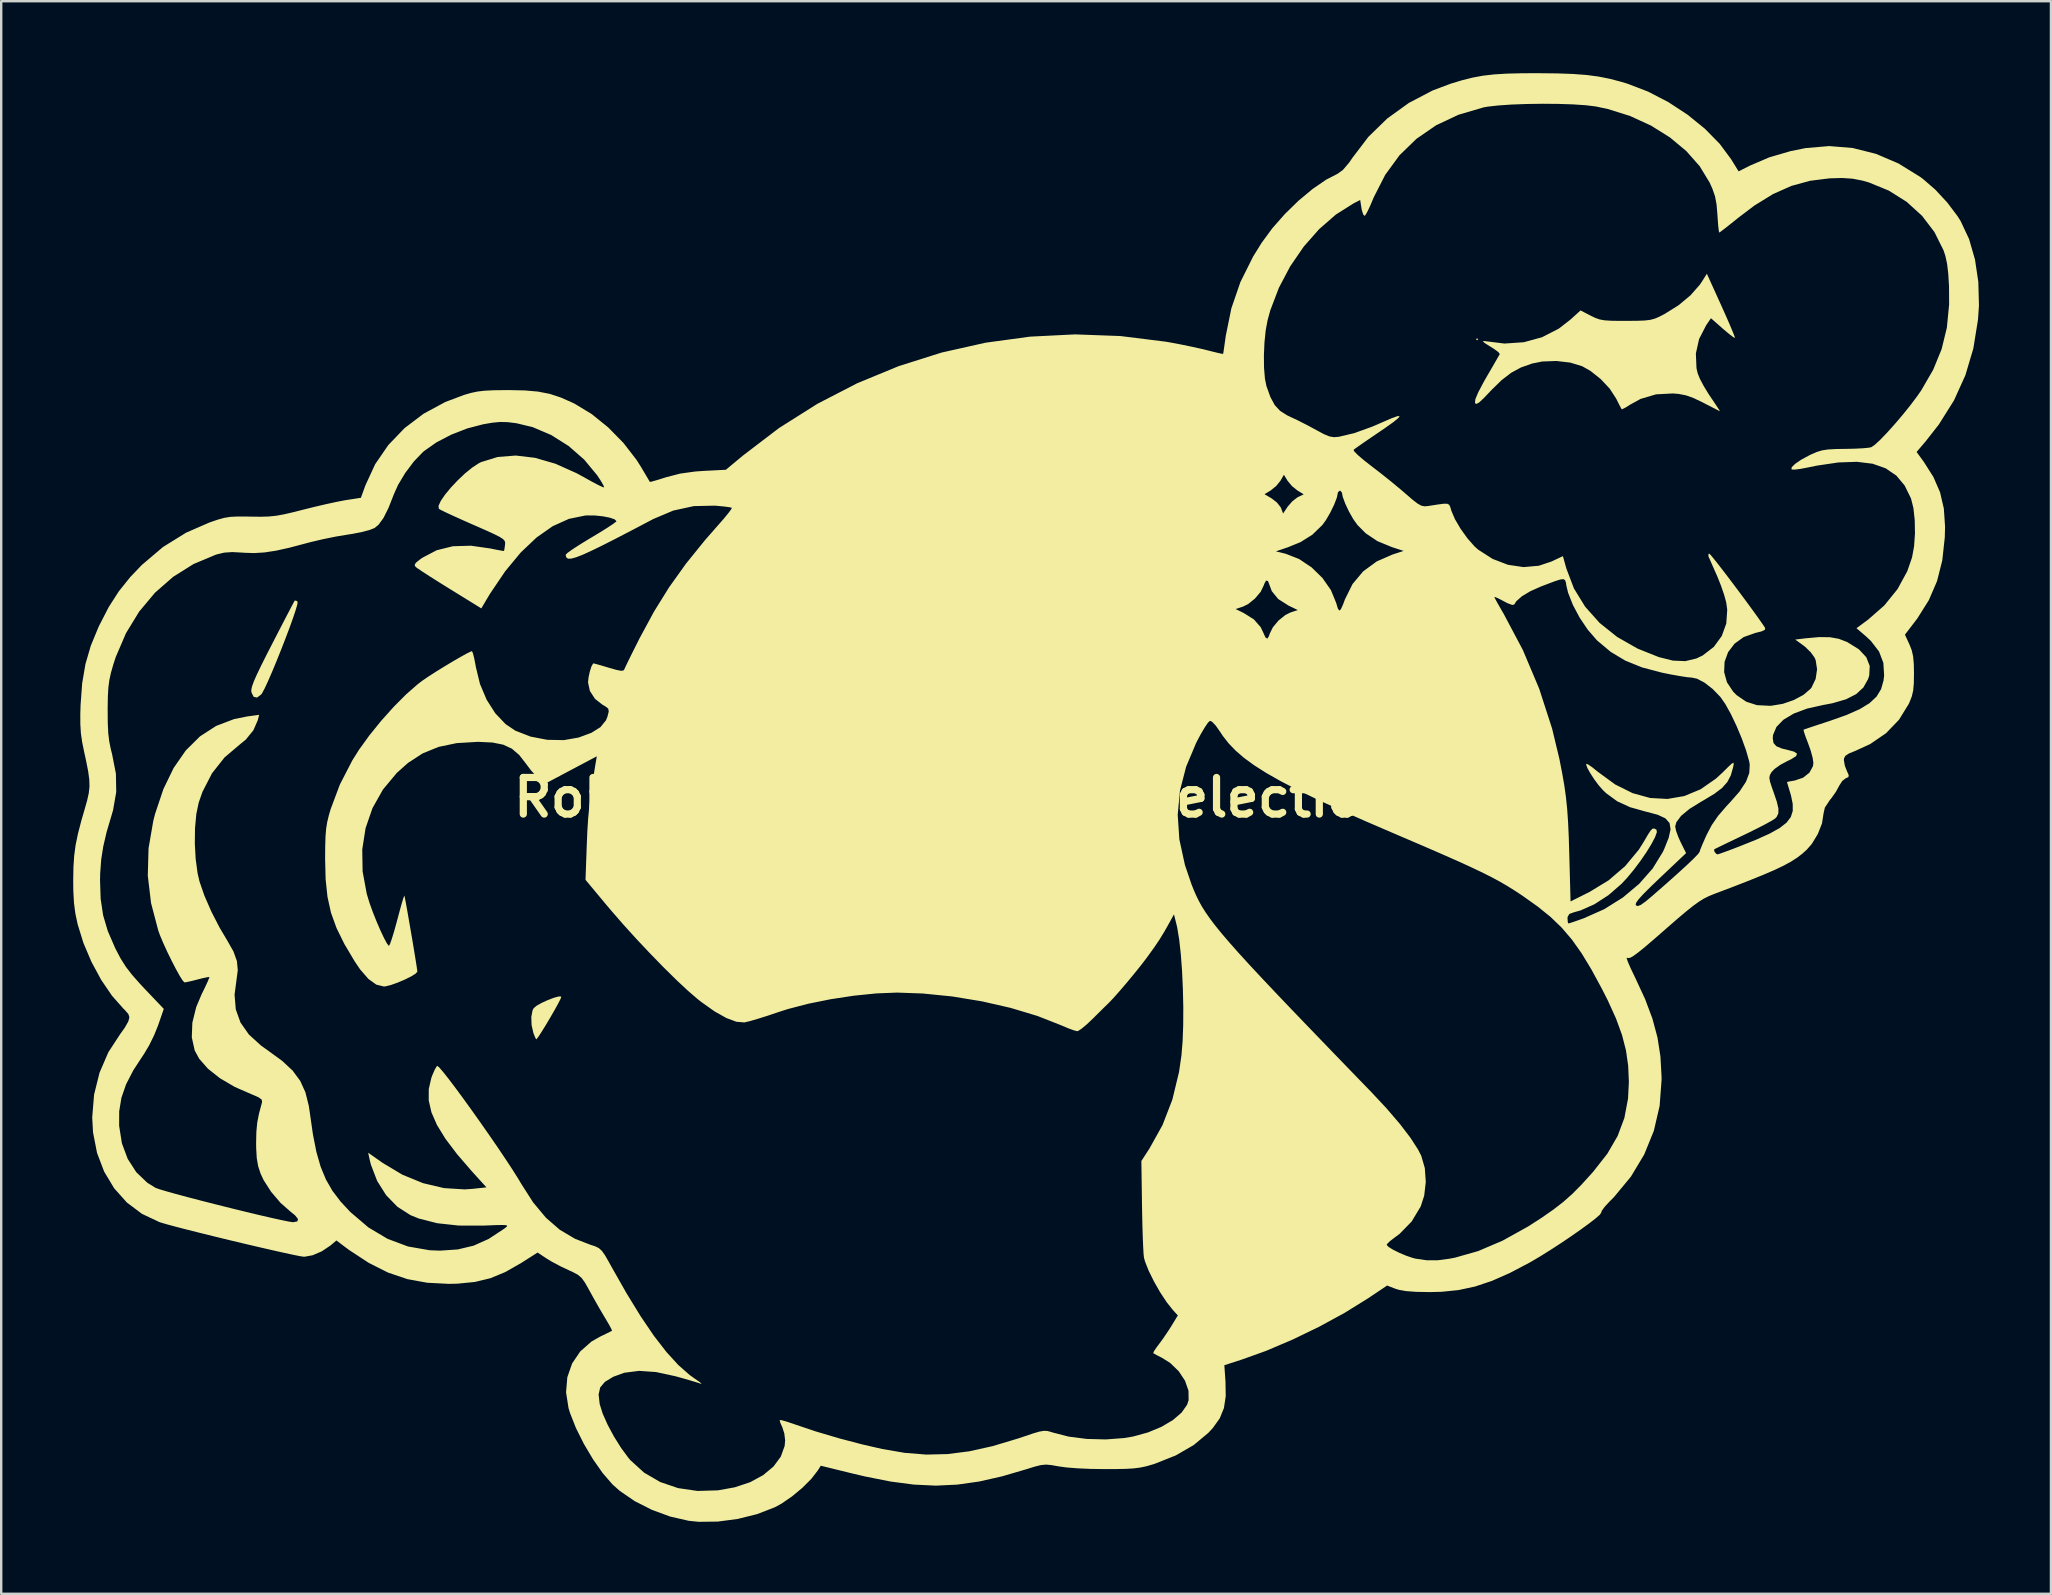
<source format=kicad_pcb>
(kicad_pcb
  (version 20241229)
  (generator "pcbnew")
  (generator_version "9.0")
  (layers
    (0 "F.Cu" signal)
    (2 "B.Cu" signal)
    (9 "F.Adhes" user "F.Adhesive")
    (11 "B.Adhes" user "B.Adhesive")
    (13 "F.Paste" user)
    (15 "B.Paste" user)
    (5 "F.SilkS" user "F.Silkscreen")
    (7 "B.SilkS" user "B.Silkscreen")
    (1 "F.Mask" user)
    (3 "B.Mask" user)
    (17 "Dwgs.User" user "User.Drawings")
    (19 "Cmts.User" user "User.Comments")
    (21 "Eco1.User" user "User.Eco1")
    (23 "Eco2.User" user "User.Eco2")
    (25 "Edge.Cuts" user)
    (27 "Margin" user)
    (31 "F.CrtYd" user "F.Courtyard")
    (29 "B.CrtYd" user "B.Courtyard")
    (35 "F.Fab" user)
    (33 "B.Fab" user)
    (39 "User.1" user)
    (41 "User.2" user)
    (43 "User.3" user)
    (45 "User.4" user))
  (footprint "Robyn Edit Silkscreen selection only"
    (layer "F.Cu")
    (at 39.654 30.178)
    (property "Reference" "Robyn Edit Silkscreen selection only" (at 0 0 0) (layer "F.SilkS") (effects (font (size 1.524 1.524) (thickness 0.3))))
    (attr board_only exclude_from_pos_files exclude_from_bom)
    (fp_poly (pts (xy 18.881 -19.092) (xy 18.838 -19.05) (xy 18.796 -19.092) (xy 18.838 -19.135)) (stroke (width 0) (type solid)) (fill yes) (layer "F.SilkS"))
    (fp_poly (pts (xy -19.323 8.294) (xy -19.318 8.302) (xy -19.35 8.393) (xy -19.451 8.591) (xy -19.601 8.862) (xy -19.778 9.169) (xy -19.962 9.479) (xy -20.133 9.755) (xy -20.269 9.964) (xy -20.351 10.069) (xy -20.362 10.075) (xy -20.404 10.005) (xy -20.473 9.832) (xy -20.481 9.809) (xy -20.556 9.478) (xy -20.567 9.143) (xy -20.515 8.869) (xy -20.468 8.778) (xy -20.344 8.675) (xy -20.133 8.556) (xy -19.879 8.44) (xy -19.629 8.345) (xy -19.428 8.29)) (stroke (width 0) (type solid)) (fill yes) (layer "F.SilkS"))
    (fp_poly (pts (xy -30.347 -8.192) (xy -30.306 -8.157) (xy -30.313 -8.059) (xy -30.377 -7.832) (xy -30.487 -7.502) (xy -30.632 -7.096) (xy -30.804 -6.641) (xy -30.99 -6.162) (xy -31.181 -5.686) (xy -31.366 -5.24) (xy -31.536 -4.85) (xy -31.679 -4.542) (xy -31.785 -4.343) (xy -31.818 -4.297) (xy -31.993 -4.164) (xy -32.135 -4.194) (xy -32.228 -4.38) (xy -32.234 -4.48) (xy -32.205 -4.623) (xy -32.132 -4.828) (xy -32.007 -5.113) (xy -31.823 -5.497) (xy -31.571 -5.999) (xy -31.37 -6.39) (xy -31.111 -6.893) (xy -30.878 -7.343) (xy -30.681 -7.721) (xy -30.533 -8.004) (xy -30.444 -8.171) (xy -30.423 -8.207)) (stroke (width 0) (type solid)) (fill yes) (layer "F.SilkS"))
    (fp_poly (pts (xy 29.012 -20.5) (xy 29.207 -20.065) (xy 29.372 -19.687) (xy 29.496 -19.391) (xy 29.569 -19.202) (xy 29.584 -19.146) (xy 29.512 -19.182) (xy 29.347 -19.307) (xy 29.122 -19.495) (xy 29.069 -19.541) (xy 28.582 -19.969) (xy 28.383 -19.676) (xy 28.089 -19.105) (xy 27.954 -18.501) (xy 27.98 -17.888) (xy 28.029 -17.675) (xy 28.119 -17.451) (xy 28.278 -17.15) (xy 28.472 -16.831) (xy 28.501 -16.786) (xy 28.716 -16.467) (xy 28.851 -16.264) (xy 28.924 -16.151) (xy 28.95 -16.104) (xy 28.945 -16.097) (xy 28.94 -16.1) (xy 28.858 -16.142) (xy 28.661 -16.243) (xy 28.385 -16.385) (xy 28.245 -16.458) (xy 27.859 -16.643) (xy 27.546 -16.755) (xy 27.239 -16.815) (xy 26.995 -16.835) (xy 26.295 -16.798) (xy 25.649 -16.607) (xy 25.208 -16.364) (xy 25.013 -16.241) (xy 24.885 -16.18) (xy 24.861 -16.18) (xy 24.811 -16.269) (xy 24.713 -16.461) (xy 24.634 -16.62) (xy 24.366 -17.032) (xy 23.989 -17.435) (xy 23.56 -17.776) (xy 23.217 -17.969) (xy 22.718 -18.121) (xy 22.14 -18.188) (xy 21.554 -18.166) (xy 21.129 -18.081) (xy 20.666 -17.917) (xy 20.259 -17.696) (xy 19.862 -17.391) (xy 19.433 -16.972) (xy 19.373 -16.907) (xy 19.106 -16.628) (xy 18.929 -16.464) (xy 18.821 -16.401) (xy 18.762 -16.422) (xy 18.75 -16.446) (xy 18.768 -16.598) (xy 18.887 -16.883) (xy 19.106 -17.299) (xy 19.223 -17.504) (xy 19.428 -17.856) (xy 19.601 -18.156) (xy 19.725 -18.372) (xy 19.784 -18.473) (xy 19.785 -18.475) (xy 19.736 -18.546) (xy 19.575 -18.67) (xy 19.37 -18.8) (xy 19.153 -18.938) (xy 19.076 -19.012) (xy 19.138 -19.018) (xy 19.977 -18.914) (xy 20.785 -18.969) (xy 21.546 -19.178) (xy 22.246 -19.538) (xy 22.729 -19.913) (xy 23.149 -20.294) (xy 23.574 -20.074) (xy 23.766 -19.982) (xy 23.943 -19.919) (xy 24.147 -19.882) (xy 24.417 -19.864) (xy 24.793 -19.858) (xy 25.059 -19.859) (xy 25.504 -19.862) (xy 25.821 -19.874) (xy 26.053 -19.901) (xy 26.243 -19.952) (xy 26.432 -20.033) (xy 26.653 -20.148) (xy 27.23 -20.508) (xy 27.732 -20.926) (xy 28.118 -21.364) (xy 28.191 -21.472) (xy 28.413 -21.822)) (stroke (width 0) (type solid)) (fill yes) (layer "F.SilkS"))
    (fp_poly (pts (xy 22.175 -30.17) (xy 22.837 -30.146) (xy 23.4 -30.104) (xy 23.898 -30.038) (xy 24.367 -29.945) (xy 24.842 -29.82) (xy 25.104 -29.741) (xy 25.963 -29.411) (xy 26.807 -28.974) (xy 27.607 -28.45) (xy 28.331 -27.863) (xy 28.947 -27.236) (xy 29.424 -26.592) (xy 29.735 -26.089) (xy 30.213 -26.33) (xy 31.019 -26.675) (xy 31.911 -26.934) (xy 32.522 -27.057) (xy 33.505 -27.142) (xy 34.486 -27.062) (xy 35.454 -26.819) (xy 36.394 -26.418) (xy 37.294 -25.862) (xy 37.41 -25.777) (xy 37.929 -25.328) (xy 38.431 -24.787) (xy 38.858 -24.22) (xy 38.987 -24.015) (xy 39.337 -23.268) (xy 39.584 -22.413) (xy 39.723 -21.479) (xy 39.749 -20.497) (xy 39.709 -19.911) (xy 39.515 -18.71) (xy 39.184 -17.595) (xy 38.709 -16.546) (xy 38.079 -15.543) (xy 37.528 -14.84) (xy 37.151 -14.397) (xy 37.446 -13.993) (xy 37.851 -13.355) (xy 38.128 -12.718) (xy 38.286 -12.039) (xy 38.337 -11.278) (xy 38.325 -10.837) (xy 38.22 -9.875) (xy 38.002 -9.015) (xy 37.661 -8.223) (xy 37.185 -7.466) (xy 37.081 -7.328) (xy 36.665 -6.785) (xy 36.853 -6.377) (xy 36.949 -6.133) (xy 37.007 -5.875) (xy 37.035 -5.55) (xy 37.042 -5.165) (xy 37.035 -4.754) (xy 37.008 -4.455) (xy 36.951 -4.212) (xy 36.855 -3.968) (xy 36.821 -3.895) (xy 36.418 -3.24) (xy 35.88 -2.681) (xy 35.22 -2.228) (xy 34.608 -1.947) (xy 34.332 -1.834) (xy 34.184 -1.738) (xy 34.127 -1.629) (xy 34.121 -1.556) (xy 34.16 -1.328) (xy 34.247 -1.102) (xy 34.324 -0.931) (xy 34.308 -0.85) (xy 34.203 -0.804) (xy 34.056 -0.692) (xy 33.927 -0.494) (xy 33.918 -0.475) (xy 33.787 -0.235) (xy 33.601 0.028) (xy 33.539 0.102) (xy 33.328 0.421) (xy 33.274 0.664) (xy 33.21 1.076) (xy 33.036 1.521) (xy 32.783 1.936) (xy 32.576 2.172) (xy 32.381 2.348) (xy 32.168 2.511) (xy 31.918 2.671) (xy 31.614 2.837) (xy 31.239 3.016) (xy 30.773 3.217) (xy 30.201 3.449) (xy 29.503 3.721) (xy 28.716 4.019) (xy 28.497 4.108) (xy 28.293 4.21) (xy 28.08 4.341) (xy 27.835 4.519) (xy 27.535 4.759) (xy 27.157 5.079) (xy 26.678 5.496) (xy 26.655 5.517) (xy 26.181 5.93) (xy 25.816 6.241) (xy 25.545 6.461) (xy 25.351 6.602) (xy 25.219 6.676) (xy 25.134 6.693) (xy 25.085 6.673) (xy 25.071 6.702) (xy 25.125 6.856) (xy 25.236 7.112) (xy 25.396 7.446) (xy 25.42 7.495) (xy 25.837 8.394) (xy 26.145 9.215) (xy 26.355 10) (xy 26.478 10.791) (xy 26.524 11.629) (xy 26.525 11.769) (xy 26.444 12.852) (xy 26.202 13.891) (xy 25.801 14.876) (xy 25.247 15.798) (xy 24.542 16.649) (xy 24.354 16.838) (xy 24.161 17.046) (xy 24.036 17.216) (xy 24.006 17.304) (xy 23.951 17.384) (xy 23.775 17.539) (xy 23.502 17.75) (xy 23.153 18.004) (xy 22.753 18.284) (xy 22.324 18.573) (xy 21.888 18.856) (xy 21.469 19.118) (xy 21.091 19.341) (xy 21.04 19.37) (xy 20.206 19.809) (xy 19.457 20.14) (xy 18.757 20.374) (xy 18.069 20.522) (xy 17.357 20.595) (xy 16.849 20.607) (xy 16.292 20.596) (xy 15.875 20.565) (xy 15.573 20.511) (xy 15.44 20.469) (xy 15.09 20.334) (xy 14.279 20.877) (xy 13.323 21.47) (xy 12.261 22.049) (xy 11.149 22.587) (xy 10.043 23.057) (xy 9.043 23.416) (xy 8.308 23.653) (xy 8.356 24.339) (xy 8.366 24.944) (xy 8.291 25.438) (xy 8.117 25.866) (xy 7.829 26.269) (xy 7.641 26.472) (xy 7.033 26.979) (xy 6.287 27.411) (xy 5.421 27.756) (xy 5.334 27.784) (xy 5.065 27.862) (xy 4.813 27.916) (xy 4.537 27.952) (xy 4.2 27.972) (xy 3.761 27.981) (xy 3.344 27.982) (xy 2.75 27.974) (xy 2.199 27.95) (xy 1.732 27.913) (xy 1.395 27.867) (xy 1.101 27.814) (xy 0.879 27.794) (xy 0.669 27.814) (xy 0.413 27.877) (xy 0.083 27.98) (xy -0.955 28.284) (xy -1.91 28.5) (xy -2.816 28.628) (xy -3.708 28.671) (xy -4.624 28.628) (xy -5.598 28.5) (xy -6.667 28.288) (xy -7.254 28.149) (xy -8.507 27.841) (xy -8.63 28.038) (xy -8.898 28.386) (xy -9.272 28.76) (xy -9.705 29.12) (xy -10.146 29.423) (xy -10.42 29.572) (xy -11.157 29.857) (xy -11.969 30.059) (xy -12.801 30.169) (xy -13.596 30.178) (xy -14.009 30.136) (xy -14.779 29.96) (xy -15.546 29.678) (xy -16.263 29.314) (xy -16.885 28.887) (xy -17.187 28.618) (xy -17.589 28.153) (xy -17.996 27.573) (xy -18.379 26.928) (xy -18.708 26.269) (xy -18.953 25.647) (xy -19.016 25.442) (xy -19.119 24.783) (xy -19.067 24.156) (xy -18.867 23.581) (xy -18.527 23.078) (xy -18.058 22.666) (xy -17.713 22.469) (xy -17.459 22.346) (xy -17.274 22.255) (xy -17.204 22.219) (xy -17.232 22.144) (xy -17.329 21.962) (xy -17.477 21.71) (xy -17.506 21.663) (xy -17.72 21.301) (xy -17.958 20.883) (xy -18.155 20.525) (xy -18.327 20.219) (xy -18.469 20.02) (xy -18.628 19.884) (xy -18.851 19.765) (xy -19.016 19.691) (xy -19.364 19.526) (xy -19.712 19.34) (xy -19.93 19.208) (xy -20.305 18.959) (xy -20.991 19.395) (xy -21.649 19.771) (xy -22.273 20.029) (xy -22.919 20.185) (xy -23.643 20.256) (xy -24.003 20.264) (xy -24.9 20.218) (xy -25.733 20.066) (xy -26.534 19.795) (xy -27.331 19.395) (xy -28.156 18.855) (xy -28.461 18.627) (xy -28.686 18.455) (xy -28.94 18.669) (xy -29.294 18.907) (xy -29.679 19.072) (xy -30.026 19.135) (xy -30.03 19.135) (xy -30.175 19.115) (xy -30.46 19.059) (xy -30.861 18.973) (xy -31.354 18.862) (xy -31.917 18.732) (xy -32.524 18.59) (xy -33.152 18.44) (xy -33.776 18.288) (xy -34.374 18.14) (xy -34.922 18.002) (xy -35.394 17.88) (xy -35.769 17.778) (xy -36.02 17.704) (xy -36.064 17.689) (xy -36.786 17.349) (xy -37.416 16.876) (xy -37.945 16.285) (xy -38.363 15.591) (xy -38.661 14.809) (xy -38.828 13.953) (xy -38.862 13.329) (xy -38.784 12.379) (xy -38.556 11.463) (xy -38.188 10.61) (xy -37.689 9.847) (xy -37.678 9.833) (xy -37.507 9.593) (xy -37.375 9.363) (xy -37.349 9.303) (xy -37.313 9.152) (xy -37.356 9.022) (xy -37.501 8.856) (xy -37.564 8.795) (xy -38.037 8.26) (xy -38.488 7.598) (xy -38.892 6.851) (xy -39.228 6.061) (xy -39.469 5.281) (xy -39.564 4.835) (xy -39.622 4.389) (xy -39.65 3.881) (xy -39.654 3.471) (xy -39.654 3.451) (xy -38.536 3.451) (xy -38.51 4.224) (xy -38.408 4.906) (xy -38.213 5.564) (xy -37.91 6.264) (xy -37.878 6.329) (xy -37.675 6.714) (xy -37.462 7.05) (xy -37.207 7.382) (xy -36.874 7.759) (xy -36.686 7.96) (xy -35.88 8.807) (xy -36.121 9.504) (xy -36.285 9.91) (xy -36.492 10.33) (xy -36.7 10.68) (xy -36.721 10.71) (xy -37.15 11.366) (xy -37.454 11.956) (xy -37.646 12.514) (xy -37.738 13.075) (xy -37.74 13.674) (xy -37.739 13.687) (xy -37.625 14.408) (xy -37.384 15.055) (xy -37.027 15.61) (xy -36.568 16.05) (xy -36.228 16.261) (xy -36.075 16.317) (xy -35.783 16.405) (xy -35.377 16.519) (xy -34.881 16.652) (xy -34.321 16.798) (xy -33.721 16.951) (xy -33.107 17.105) (xy -32.502 17.253) (xy -31.933 17.39) (xy -31.423 17.508) (xy -30.998 17.603) (xy -30.683 17.667) (xy -30.502 17.695) (xy -30.487 17.695) (xy -30.312 17.66) (xy -30.289 17.56) (xy -30.416 17.403) (xy -30.583 17.269) (xy -31.012 16.893) (xy -31.409 16.427) (xy -31.726 15.931) (xy -31.85 15.663) (xy -31.949 15.357) (xy -32.006 15.027) (xy -32.03 14.614) (xy -32.033 14.393) (xy -32.023 13.934) (xy -31.987 13.549) (xy -31.911 13.162) (xy -31.786 12.694) (xy -31.784 12.686) (xy -31.801 12.587) (xy -31.932 12.49) (xy -32.201 12.374) (xy -32.214 12.369) (xy -32.924 12.058) (xy -33.539 11.697) (xy -34.039 11.301) (xy -34.405 10.884) (xy -34.592 10.539) (xy -34.713 9.993) (xy -34.69 9.383) (xy -34.528 8.729) (xy -34.306 8.203) (xy -34.156 7.896) (xy -34.043 7.652) (xy -33.984 7.505) (xy -33.979 7.48) (xy -34.066 7.487) (xy -34.267 7.53) (xy -34.463 7.58) (xy -34.733 7.648) (xy -34.94 7.693) (xy -35.016 7.704) (xy -35.089 7.632) (xy -35.213 7.437) (xy -35.372 7.152) (xy -35.55 6.807) (xy -35.732 6.436) (xy -35.899 6.071) (xy -36.037 5.744) (xy -36.109 5.546) (xy -36.411 4.395) (xy -36.546 3.257) (xy -36.515 2.12) (xy -36.317 0.97) (xy -36.241 0.677) (xy -35.896 -0.351) (xy -35.469 -1.231) (xy -34.961 -1.963) (xy -34.371 -2.547) (xy -33.699 -2.982) (xy -32.946 -3.269) (xy -32.412 -3.376) (xy -31.908 -3.445) (xy -31.962 -3.225) (xy -32.147 -2.801) (xy -32.463 -2.412) (xy -32.71 -2.211) (xy -33.349 -1.669) (xy -33.87 -1.01) (xy -34.267 -0.239) (xy -34.426 0.215) (xy -34.525 0.693) (xy -34.579 1.28) (xy -34.587 1.922) (xy -34.551 2.564) (xy -34.472 3.152) (xy -34.393 3.496) (xy -34.187 4.091) (xy -33.898 4.753) (xy -33.554 5.422) (xy -33.24 5.951) (xy -32.977 6.415) (xy -32.833 6.815) (xy -32.797 7.197) (xy -32.841 7.527) (xy -32.931 8.217) (xy -32.88 8.829) (xy -32.684 9.376) (xy -32.334 9.875) (xy -31.825 10.339) (xy -31.531 10.548) (xy -30.952 10.969) (xy -30.514 11.376) (xy -30.197 11.804) (xy -29.979 12.283) (xy -29.838 12.847) (xy -29.791 13.166) (xy -29.666 14.036) (xy -29.522 14.766) (xy -29.345 15.383) (xy -29.125 15.915) (xy -28.851 16.391) (xy -28.509 16.839) (xy -28.106 17.272) (xy -27.356 17.911) (xy -26.555 18.389) (xy -25.703 18.707) (xy -24.804 18.863) (xy -24.372 18.88) (xy -23.631 18.83) (xy -22.97 18.672) (xy -22.341 18.39) (xy -21.698 17.967) (xy -21.674 17.949) (xy -21.594 17.884) (xy -21.57 17.842) (xy -21.624 17.818) (xy -21.777 17.811) (xy -22.052 17.816) (xy -22.47 17.833) (xy -22.564 17.837) (xy -23.593 17.835) (xy -24.49 17.737) (xy -25.25 17.543) (xy -25.601 17.401) (xy -26.147 17.051) (xy -26.617 16.568) (xy -26.99 15.976) (xy -27.25 15.298) (xy -27.303 15.084) (xy -27.364 14.8) (xy -26.758 15.226) (xy -25.938 15.716) (xy -25.079 16.068) (xy -24.207 16.274) (xy -23.347 16.328) (xy -23.009 16.305) (xy -22.437 16.243) (xy -23.034 15.585) (xy -23.656 14.865) (xy -24.142 14.224) (xy -24.497 13.646) (xy -24.728 13.118) (xy -24.841 12.624) (xy -24.84 12.151) (xy -24.733 11.685) (xy -24.694 11.578) (xy -24.596 11.351) (xy -24.514 11.207) (xy -24.483 11.181) (xy -24.399 11.251) (xy -24.234 11.444) (xy -24.001 11.738) (xy -23.715 12.117) (xy -23.389 12.56) (xy -23.036 13.049) (xy -22.67 13.565) (xy -22.304 14.089) (xy -21.952 14.601) (xy -21.628 15.083) (xy -21.344 15.516) (xy -21.114 15.881) (xy -21 16.074) (xy -20.492 16.868) (xy -19.959 17.508) (xy -19.382 18.009) (xy -18.746 18.386) (xy -18.119 18.63) (xy -17.905 18.7) (xy -17.751 18.776) (xy -17.626 18.89) (xy -17.497 19.073) (xy -17.332 19.359) (xy -17.241 19.526) (xy -16.606 20.645) (xy -16.015 21.609) (xy -15.461 22.426) (xy -14.938 23.102) (xy -14.442 23.646) (xy -13.966 24.064) (xy -13.737 24.227) (xy -13.552 24.355) (xy -13.472 24.424) (xy -13.504 24.424) (xy -13.654 24.375) (xy -13.924 24.294) (xy -14.274 24.193) (xy -14.563 24.113) (xy -15.371 23.938) (xy -16.076 23.889) (xy -16.69 23.967) (xy -17.154 24.136) (xy -17.5 24.346) (xy -17.697 24.579) (xy -17.763 24.873) (xy -17.719 25.267) (xy -17.715 25.282) (xy -17.595 25.666) (xy -17.389 26.13) (xy -17.124 26.624) (xy -16.825 27.101) (xy -16.521 27.514) (xy -16.437 27.612) (xy -15.867 28.13) (xy -15.2 28.519) (xy -14.453 28.774) (xy -13.644 28.892) (xy -12.791 28.867) (xy -12.086 28.74) (xy -11.45 28.528) (xy -10.908 28.234) (xy -10.477 27.875) (xy -10.173 27.464) (xy -10.012 27.019) (xy -9.991 26.784) (xy -10.026 26.495) (xy -10.111 26.23) (xy -10.12 26.213) (xy -10.198 26.037) (xy -10.218 25.938) (xy -10.216 25.935) (xy -10.127 25.947) (xy -9.92 26.006) (xy -9.635 26.101) (xy -9.558 26.129) (xy -8.706 26.415) (xy -7.757 26.696) (xy -6.784 26.952) (xy -5.948 27.144) (xy -5.007 27.305) (xy -4.111 27.377) (xy -3.226 27.356) (xy -2.317 27.24) (xy -1.351 27.026) (xy -0.294 26.709) (xy -0.042 26.625) (xy 0.34 26.496) (xy 0.603 26.419) (xy 0.789 26.387) (xy 0.939 26.395) (xy 1.094 26.436) (xy 1.156 26.457) (xy 1.819 26.628) (xy 2.576 26.725) (xy 3.367 26.746) (xy 4.133 26.688) (xy 4.503 26.625) (xy 5.129 26.453) (xy 5.69 26.22) (xy 6.164 25.94) (xy 6.527 25.628) (xy 6.757 25.3) (xy 6.82 25.109) (xy 6.814 24.713) (xy 6.669 24.299) (xy 6.407 23.903) (xy 6.051 23.56) (xy 5.721 23.351) (xy 5.508 23.242) (xy 5.369 23.166) (xy 5.345 23.15) (xy 5.374 23.074) (xy 5.483 22.911) (xy 5.567 22.8) (xy 5.757 22.541) (xy 5.973 22.223) (xy 6.096 22.029) (xy 6.371 21.579) (xy 6.163 21.352) (xy 5.907 21.03) (xy 5.636 20.619) (xy 5.378 20.167) (xy 5.158 19.724) (xy 5.005 19.338) (xy 4.96 19.176) (xy 4.943 19.019) (xy 4.926 18.72) (xy 4.909 18.309) (xy 4.894 17.815) (xy 4.882 17.265) (xy 4.878 17.033) (xy 4.851 15.144) (xy 5.191 14.62) (xy 5.734 13.644) (xy 6.142 12.588) (xy 6.42 11.438) (xy 6.521 10.744) (xy 6.569 10.166) (xy 6.594 9.489) (xy 6.598 8.752) (xy 6.581 7.99) (xy 6.547 7.24) (xy 6.495 6.537) (xy 6.427 5.919) (xy 6.345 5.421) (xy 6.315 5.292) (xy 6.209 4.868) (xy 6.024 5.207) (xy 5.804 5.596) (xy 5.601 5.928) (xy 5.374 6.263) (xy 5.085 6.663) (xy 5.055 6.704) (xy 4.825 7.003) (xy 4.544 7.352) (xy 4.241 7.718) (xy 3.945 8.064) (xy 3.686 8.356) (xy 3.494 8.558) (xy 3.457 8.594) (xy 3.358 8.689) (xy 3.173 8.872) (xy 2.935 9.108) (xy 2.836 9.207) (xy 2.585 9.445) (xy 2.366 9.628) (xy 2.215 9.727) (xy 2.181 9.737) (xy 2.044 9.703) (xy 1.806 9.616) (xy 1.517 9.494) (xy 1.515 9.493) (xy 0.521 9.102) (xy -0.595 8.766) (xy -1.79 8.493) (xy -3.024 8.29) (xy -4.256 8.166) (xy -5.333 8.128) (xy -6.188 8.162) (xy -7.126 8.257) (xy -8.091 8.404) (xy -9.029 8.593) (xy -9.884 8.816) (xy -10.278 8.943) (xy -10.711 9.089) (xy -11.114 9.216) (xy -11.445 9.313) (xy -11.665 9.366) (xy -11.692 9.371) (xy -12.021 9.344) (xy -12.438 9.189) (xy -12.929 8.913) (xy -13.478 8.524) (xy -13.643 8.394) (xy -14.04 8.052) (xy -14.518 7.605) (xy -15.053 7.078) (xy -15.619 6.497) (xy -16.193 5.888) (xy -16.747 5.276) (xy -17.258 4.688) (xy -17.392 4.53) (xy -18.309 3.429) (xy -18.257 1.99) (xy -18.232 1.39) (xy -18.198 0.865) (xy -18.184 0.719) (xy 6.365 0.719) (xy 6.434 1.748) (xy 6.665 2.808) (xy 6.937 3.61) (xy 7.033 3.85) (xy 7.132 4.079) (xy 7.243 4.305) (xy 7.37 4.536) (xy 7.523 4.779) (xy 7.707 5.043) (xy 7.929 5.336) (xy 8.196 5.665) (xy 8.516 6.039) (xy 8.894 6.466) (xy 9.338 6.953) (xy 9.855 7.508) (xy 10.452 8.14) (xy 11.135 8.857) (xy 11.912 9.665) (xy 12.788 10.574) (xy 13.772 11.592) (xy 14.436 12.277) (xy 15.077 12.964) (xy 15.621 13.6) (xy 16.058 14.171) (xy 16.377 14.664) (xy 16.513 14.93) (xy 16.661 15.441) (xy 16.701 16.016) (xy 16.635 16.589) (xy 16.489 17.039) (xy 16.113 17.665) (xy 15.611 18.18) (xy 15.413 18.328) (xy 15.214 18.479) (xy 15.091 18.599) (xy 15.071 18.637) (xy 15.143 18.72) (xy 15.333 18.838) (xy 15.594 18.968) (xy 15.884 19.091) (xy 16.159 19.184) (xy 16.286 19.216) (xy 16.741 19.281) (xy 17.183 19.282) (xy 17.682 19.217) (xy 17.922 19.171) (xy 18.884 18.898) (xy 19.899 18.465) (xy 20.967 17.872) (xy 21.527 17.511) (xy 22.017 17.17) (xy 22.43 16.85) (xy 22.809 16.514) (xy 23.197 16.122) (xy 23.638 15.635) (xy 23.687 15.579) (xy 24.267 14.839) (xy 24.693 14.106) (xy 24.976 13.351) (xy 25.128 12.545) (xy 25.163 11.853) (xy 25.134 11.178) (xy 25.042 10.535) (xy 24.876 9.891) (xy 24.627 9.208) (xy 24.284 8.453) (xy 24.033 7.959) (xy 23.598 7.158) (xy 23.192 6.488) (xy 22.79 5.921) (xy 22.367 5.426) (xy 21.899 4.975) (xy 21.359 4.539) (xy 20.723 4.088) (xy 20.659 4.045) (xy 20.362 3.85) (xy 20.066 3.667) (xy 19.754 3.487) (xy 19.409 3.302) (xy 19.014 3.105) (xy 18.552 2.886) (xy 18.006 2.637) (xy 17.359 2.352) (xy 16.595 2.02) (xy 15.696 1.635) (xy 15.409 1.512) (xy 14.183 0.984) (xy 13.104 0.506) (xy 12.163 0.073) (xy 11.348 -0.322) (xy 10.648 -0.686) (xy 10.052 -1.024) (xy 9.549 -1.344) (xy 9.128 -1.652) (xy 8.778 -1.954) (xy 8.487 -2.256) (xy 8.245 -2.566) (xy 8.128 -2.743) (xy 7.951 -2.995) (xy 7.799 -3.155) (xy 7.709 -3.196) (xy 7.624 -3.116) (xy 7.487 -2.913) (xy 7.315 -2.62) (xy 7.137 -2.283) (xy 6.717 -1.286) (xy 6.459 -0.289) (xy 6.365 0.719) (xy -18.184 0.719) (xy -18.151 0.366) (xy -18.086 -0.158) (xy -17.997 -0.757) (xy -17.901 -1.345) (xy -17.839 -1.716) (xy -18.893 -1.158) (xy -19.946 -0.599) (xy -20.194 -0.749) (xy -20.369 -0.897) (xy -20.584 -1.136) (xy -20.784 -1.402) (xy -21.073 -1.774) (xy -21.379 -2.035) (xy -21.738 -2.202) (xy -22.186 -2.291) (xy -22.757 -2.318) (xy -22.814 -2.318) (xy -23.678 -2.266) (xy -24.429 -2.109) (xy -25.094 -1.838) (xy -25.703 -1.442) (xy -26.172 -1.024) (xy -26.75 -0.33) (xy -27.185 0.443) (xy -27.473 1.279) (xy -27.611 2.164) (xy -27.596 3.079) (xy -27.424 4.011) (xy -27.307 4.396) (xy -27.17 4.776) (xy -27.014 5.166) (xy -26.856 5.533) (xy -26.709 5.845) (xy -26.589 6.07) (xy -26.509 6.176) (xy -26.498 6.181) (xy -26.455 6.104) (xy -26.38 5.893) (xy -26.284 5.579) (xy -26.177 5.193) (xy -26.158 5.122) (xy -26.053 4.729) (xy -25.963 4.406) (xy -25.895 4.183) (xy -25.859 4.088) (xy -25.857 4.087) (xy -25.836 4.173) (xy -25.794 4.394) (xy -25.735 4.719) (xy -25.666 5.116) (xy -25.59 5.553) (xy -25.514 5.998) (xy -25.444 6.421) (xy -25.384 6.788) (xy -25.34 7.069) (xy -25.317 7.232) (xy -25.315 7.255) (xy -25.389 7.34) (xy -25.58 7.458) (xy -25.845 7.589) (xy -26.14 7.714) (xy -26.423 7.814) (xy -26.648 7.869) (xy -26.711 7.874) (xy -27.026 7.796) (xy -27.355 7.559) (xy -27.7 7.161) (xy -27.924 6.831) (xy -28.358 6.1) (xy -28.683 5.439) (xy -28.913 4.801) (xy -29.059 4.141) (xy -29.137 3.41) (xy -29.158 2.563) (xy -29.158 2.54) (xy -29.154 2.013) (xy -29.141 1.612) (xy -29.115 1.296) (xy -29.07 1.021) (xy -29.003 0.744) (xy -28.927 0.484) (xy -28.543 -0.541) (xy -28.027 -1.542) (xy -27.746 -1.99) (xy -27.315 -2.587) (xy -26.823 -3.194) (xy -26.303 -3.775) (xy -25.785 -4.295) (xy -25.303 -4.718) (xy -25.104 -4.87) (xy -24.851 -5.042) (xy -24.533 -5.246) (xy -24.181 -5.464) (xy -23.827 -5.676) (xy -23.504 -5.863) (xy -23.244 -6.006) (xy -23.078 -6.086) (xy -23.042 -6.096) (xy -23.002 -6.019) (xy -22.949 -5.814) (xy -22.892 -5.522) (xy -22.878 -5.44) (xy -22.705 -4.728) (xy -22.429 -4.075) (xy -22.069 -3.51) (xy -21.64 -3.059) (xy -21.233 -2.785) (xy -20.596 -2.537) (xy -19.905 -2.404) (xy -19.214 -2.391) (xy -18.597 -2.498) (xy -18.064 -2.695) (xy -17.686 -2.932) (xy -17.456 -3.217) (xy -17.396 -3.364) (xy -17.341 -3.581) (xy -17.361 -3.703) (xy -17.485 -3.8) (xy -17.595 -3.861) (xy -17.914 -4.111) (xy -18.127 -4.441) (xy -18.203 -4.792) (xy -18.182 -5.008) (xy -18.129 -5.25) (xy -18.062 -5.459) (xy -17.995 -5.578) (xy -17.975 -5.588) (xy -17.88 -5.565) (xy -17.666 -5.505) (xy -17.377 -5.419) (xy -17.332 -5.405) (xy -17.014 -5.315) (xy -16.822 -5.279) (xy -16.724 -5.295) (xy -16.692 -5.339) (xy -16.641 -5.452) (xy -16.528 -5.687) (xy -16.367 -6.014) (xy -16.17 -6.406) (xy -16.051 -6.644) (xy -15.458 -7.74) (xy -15.389 -7.852) (xy 8.778 -7.852) (xy 9.104 -7.693) (xy 9.538 -7.422) (xy 9.823 -7.096) (xy 9.923 -6.886) (xy 10.021 -6.669) (xy 10.102 -6.619) (xy 10.171 -6.734) (xy 10.194 -6.814) (xy 10.329 -7.091) (xy 10.566 -7.374) (xy 10.852 -7.605) (xy 11.065 -7.71) (xy 11.369 -7.81) (xy 10.979 -7.998) (xy 10.552 -8.27) (xy 10.285 -8.598) (xy 10.2 -8.826) (xy 10.128 -9.016) (xy 10.047 -9.04) (xy 9.97 -8.898) (xy 9.956 -8.849) (xy 9.822 -8.571) (xy 9.584 -8.289) (xy 9.297 -8.058) (xy 9.084 -7.953) (xy 8.778 -7.852) (xy -15.389 -7.852) (xy -14.827 -8.757) (xy -14.127 -9.737) (xy -13.707 -10.257) (xy 10.458 -10.257) (xy 10.868 -10.154) (xy 11.421 -9.937) (xy 11.942 -9.59) (xy 12.397 -9.145) (xy 12.751 -8.637) (xy 12.968 -8.107) (xy 13.036 -7.879) (xy 13.096 -7.788) (xy 13.163 -7.842) (xy 13.255 -8.046) (xy 13.333 -8.255) (xy 13.382 -8.354) (xy 19.558 -8.354) (xy 19.598 -8.267) (xy 19.706 -8.07) (xy 19.861 -7.799) (xy 19.94 -7.665) (xy 20.747 -6.143) (xy 21.427 -4.532) (xy 21.965 -2.869) (xy 22.266 -1.616) (xy 22.382 -1.024) (xy 22.473 -0.504) (xy 22.541 -0.016) (xy 22.592 0.481) (xy 22.63 1.028) (xy 22.659 1.665) (xy 22.681 2.398) (xy 22.733 4.331) (xy 23.527 3.933) (xy 24.316 3.453) (xy 25.008 2.859) (xy 25.577 2.174) (xy 25.786 1.841) (xy 25.959 1.544) (xy 26.074 1.37) (xy 26.156 1.295) (xy 26.231 1.296) (xy 26.314 1.342) (xy 26.329 1.445) (xy 26.254 1.653) (xy 26.103 1.939) (xy 25.895 2.278) (xy 25.645 2.643) (xy 25.37 3.009) (xy 25.088 3.349) (xy 24.853 3.6) (xy 24.31 4.071) (xy 23.729 4.447) (xy 23.152 4.704) (xy 22.881 4.78) (xy 22.684 4.85) (xy 22.611 4.973) (xy 22.606 5.044) (xy 22.619 5.2) (xy 22.643 5.249) (xy 22.735 5.223) (xy 22.944 5.152) (xy 23.228 5.052) (xy 23.284 5.032) (xy 24.132 4.655) (xy 24.909 4.17) (xy 25.591 3.598) (xy 26.155 2.957) (xy 26.579 2.267) (xy 26.634 2.149) (xy 26.822 1.679) (xy 26.9 1.325) (xy 26.857 1.062) (xy 26.682 0.867) (xy 26.364 0.719) (xy 25.892 0.593) (xy 25.875 0.59) (xy 25.213 0.404) (xy 24.675 0.156) (xy 24.222 -0.175) (xy 24.09 -0.299) (xy 23.909 -0.504) (xy 23.723 -0.754) (xy 23.557 -1.008) (xy 23.435 -1.227) (xy 23.383 -1.373) (xy 23.389 -1.404) (xy 23.469 -1.375) (xy 23.639 -1.257) (xy 23.863 -1.077) (xy 23.875 -1.067) (xy 24.592 -0.543) (xy 25.32 -0.181) (xy 26.049 0.02) (xy 26.771 0.06) (xy 27.475 -0.061) (xy 28.151 -0.343) (xy 28.791 -0.787) (xy 29.06 -1.035) (xy 29.305 -1.278) (xy 29.451 -1.412) (xy 29.519 -1.448) (xy 29.531 -1.394) (xy 29.506 -1.263) (xy 29.505 -1.257) (xy 29.409 -0.921) (xy 29.264 -0.644) (xy 29.046 -0.398) (xy 28.726 -0.155) (xy 28.278 0.115) (xy 28.194 0.162) (xy 27.691 0.473) (xy 27.337 0.766) (xy 27.138 1.034) (xy 27.093 1.212) (xy 27.13 1.392) (xy 27.226 1.654) (xy 27.32 1.862) (xy 27.547 2.317) (xy 26.452 3.353) (xy 26.047 3.742) (xy 25.757 4.032) (xy 25.568 4.24) (xy 25.468 4.38) (xy 25.445 4.465) (xy 25.46 4.494) (xy 25.537 4.523) (xy 25.663 4.473) (xy 25.862 4.331) (xy 26.137 4.1) (xy 26.689 3.618) (xy 27.165 3.194) (xy 27.557 2.836) (xy 27.852 2.556) (xy 28.04 2.363) (xy 28.109 2.269) (xy 28.109 2.267) (xy 28.143 2.159) (xy 28.232 1.94) (xy 28.36 1.65) (xy 28.406 1.548) (xy 28.619 1.144) (xy 28.881 0.765) (xy 29.231 0.358) (xy 29.365 0.216) (xy 29.774 -0.249) (xy 30.042 -0.655) (xy 30.18 -1.023) (xy 30.198 -1.373) (xy 30.176 -1.504) (xy 30.049 -1.954) (xy 29.866 -2.462) (xy 29.647 -2.985) (xy 29.413 -3.477) (xy 29.182 -3.893) (xy 28.98 -4.185) (xy 28.656 -4.52) (xy 28.319 -4.783) (xy 28.005 -4.949) (xy 27.792 -4.995) (xy 27.6 -5.012) (xy 27.287 -5.06) (xy 26.901 -5.129) (xy 26.546 -5.201) (xy 25.716 -5.419) (xy 25.014 -5.703) (xy 24.404 -6.069) (xy 23.85 -6.535) (xy 23.814 -6.571) (xy 23.45 -6.992) (xy 23.112 -7.494) (xy 22.83 -8.024) (xy 22.631 -8.531) (xy 22.563 -8.811) (xy 22.538 -8.961) (xy 22.504 -9.057) (xy 22.435 -9.098) (xy 22.303 -9.083) (xy 22.081 -9.012) (xy 21.741 -8.884) (xy 21.505 -8.794) (xy 21.061 -8.597) (xy 20.706 -8.385) (xy 20.47 -8.175) (xy 20.39 -8.043) (xy 20.303 -8.023) (xy 20.101 -8.098) (xy 19.959 -8.173) (xy 19.739 -8.288) (xy 19.593 -8.352) (xy 19.558 -8.354) (xy 13.382 -8.354) (xy 13.649 -8.894) (xy 14.093 -9.423) (xy 14.66 -9.838) (xy 15.319 -10.125) (xy 15.778 -10.274) (xy 15.289 -10.433) (xy 14.689 -10.68) (xy 14.202 -11.006) (xy 13.856 -11.353) (xy 13.681 -11.597) (xy 13.503 -11.91) (xy 13.348 -12.238) (xy 13.241 -12.526) (xy 13.208 -12.703) (xy 13.143 -12.782) (xy 13.123 -12.785) (xy 13.041 -12.723) (xy 13.039 -12.703) (xy 12.995 -12.492) (xy 12.88 -12.195) (xy 12.72 -11.867) (xy 12.541 -11.56) (xy 12.391 -11.353) (xy 11.973 -10.948) (xy 11.479 -10.639) (xy 10.951 -10.424) (xy 10.458 -10.257) (xy -13.707 -10.257) (xy -13.327 -10.727) (xy -12.801 -11.327) (xy -12.552 -11.611) (xy -12.358 -11.848) (xy -12.238 -12.01) (xy -12.211 -12.07) (xy -12.309 -12.095) (xy -12.532 -12.124) (xy -12.838 -12.153) (xy -12.92 -12.16) (xy -13.797 -12.141) (xy -14.652 -11.955) (xy -15.487 -11.602) (xy -16.325 -11.161) (xy -17.026 -10.797) (xy -17.602 -10.504) (xy -18.065 -10.279) (xy -18.426 -10.115) (xy -18.699 -10.009) (xy -18.893 -9.955) (xy -19.021 -9.949) (xy -19.096 -9.985) (xy -19.128 -10.06) (xy -19.132 -10.118) (xy -19.062 -10.189) (xy -18.872 -10.326) (xy -18.586 -10.513) (xy -18.232 -10.732) (xy -18.075 -10.826) (xy -17.7 -11.051) (xy -17.384 -11.249) (xy -17.152 -11.403) (xy -17.03 -11.496) (xy -17.018 -11.513) (xy -17.096 -11.59) (xy -17.3 -11.66) (xy -17.587 -11.716) (xy -17.916 -11.75) (xy -18.243 -11.753) (xy -18.323 -11.748) (xy -18.998 -11.61) (xy -19.673 -11.306) (xy -20.343 -10.838) (xy -21.005 -10.211) (xy -21.654 -9.428) (xy -22.287 -8.491) (xy -22.465 -8.194) (xy -22.649 -7.879) (xy -23.961 -8.689) (xy -24.389 -8.955) (xy -24.771 -9.196) (xy -25.082 -9.397) (xy -25.297 -9.541) (xy -25.387 -9.608) (xy -25.43 -9.686) (xy -25.377 -9.78) (xy -25.207 -9.918) (xy -25.101 -9.992) (xy -24.507 -10.303) (xy -23.835 -10.469) (xy -23.082 -10.491) (xy -22.268 -10.375) (xy -21.988 -10.317) (xy -21.786 -10.281) (xy -21.705 -10.272) (xy -21.686 -10.357) (xy -21.662 -10.529) (xy -21.656 -10.618) (xy -21.678 -10.695) (xy -21.749 -10.771) (xy -21.889 -10.861) (xy -22.12 -10.977) (xy -22.462 -11.133) (xy -22.937 -11.342) (xy -22.987 -11.363) (xy -23.433 -11.561) (xy -23.826 -11.738) (xy -24.14 -11.884) (xy -24.346 -11.985) (xy -24.417 -12.027) (xy -24.434 -12.15) (xy -24.341 -12.355) (xy -24.162 -12.617) (xy -24.146 -12.637) (xy 9.982 -12.637) (xy 10.284 -12.459) (xy 10.5 -12.29) (xy 10.653 -12.096) (xy 10.671 -12.057) (xy 10.756 -11.833) (xy 10.948 -12.119) (xy 11.136 -12.337) (xy 11.347 -12.501) (xy 11.378 -12.518) (xy 11.616 -12.633) (xy 11.353 -12.792) (xy 11.124 -12.977) (xy 10.94 -13.198) (xy 10.94 -13.2) (xy 10.789 -13.447) (xy 10.649 -13.202) (xy 10.474 -12.984) (xy 10.249 -12.8) (xy 10.245 -12.797) (xy 9.982 -12.637) (xy -24.146 -12.637) (xy -23.918 -12.913) (xy -23.632 -13.217) (xy -23.327 -13.505) (xy -23.023 -13.751) (xy -22.745 -13.932) (xy -22.657 -13.975) (xy -21.967 -14.188) (xy -21.216 -14.248) (xy -20.413 -14.153) (xy -19.563 -13.907) (xy -18.676 -13.51) (xy -18.366 -13.34) (xy -18.04 -13.158) (xy -17.771 -13.017) (xy -17.592 -12.934) (xy -17.533 -12.919) (xy -17.559 -13) (xy -17.662 -13.181) (xy -17.819 -13.42) (xy -17.819 -13.421) (xy -18.362 -14.077) (xy -19.012 -14.645) (xy -19.738 -15.103) (xy -20.508 -15.431) (xy -21.182 -15.593) (xy -21.552 -15.639) (xy -21.866 -15.647) (xy -22.2 -15.615) (xy -22.579 -15.549) (xy -23.244 -15.375) (xy -23.911 -15.114) (xy -24.525 -14.793) (xy -25.032 -14.437) (xy -25.082 -14.395) (xy -25.458 -14.004) (xy -25.82 -13.523) (xy -26.122 -13.018) (xy -26.292 -12.638) (xy -26.517 -12.066) (xy -26.727 -11.646) (xy -26.932 -11.365) (xy -27.097 -11.229) (xy -27.304 -11.147) (xy -27.631 -11.06) (xy -28.028 -10.983) (xy -28.223 -10.953) (xy -28.704 -10.873) (xy -29.254 -10.761) (xy -29.781 -10.637) (xy -29.972 -10.586) (xy -30.651 -10.406) (xy -31.209 -10.283) (xy -31.684 -10.211) (xy -32.111 -10.184) (xy -32.529 -10.197) (xy -32.611 -10.204) (xy -33.032 -10.226) (xy -33.362 -10.203) (xy -33.676 -10.128) (xy -33.714 -10.116) (xy -34.641 -9.727) (xy -35.489 -9.196) (xy -36.248 -8.531) (xy -36.906 -7.745) (xy -37.454 -6.848) (xy -37.882 -5.852) (xy -37.983 -5.543) (xy -38.082 -5.196) (xy -38.148 -4.893) (xy -38.189 -4.581) (xy -38.21 -4.211) (xy -38.218 -3.73) (xy -38.218 -3.641) (xy -38.214 -3.104) (xy -38.194 -2.685) (xy -38.152 -2.333) (xy -38.083 -1.997) (xy -38.034 -1.806) (xy -37.875 -0.995) (xy -37.861 -0.232) (xy -37.992 0.523) (xy -38.054 0.736) (xy -38.261 1.436) (xy -38.402 2.038) (xy -38.489 2.596) (xy -38.53 3.165) (xy -38.536 3.451) (xy -39.654 3.451) (xy -39.645 2.914) (xy -39.614 2.435) (xy -39.554 1.982) (xy -39.455 1.504) (xy -39.311 0.952) (xy -39.188 0.527) (xy -39.078 0.142) (xy -39.007 -0.171) (xy -38.976 -0.454) (xy -38.984 -0.748) (xy -39.031 -1.095) (xy -39.118 -1.537) (xy -39.199 -1.905) (xy -39.282 -2.317) (xy -39.334 -2.679) (xy -39.357 -3.05) (xy -39.358 -3.49) (xy -39.347 -3.852) (xy -39.281 -4.756) (xy -39.144 -5.56) (xy -38.921 -6.323) (xy -38.599 -7.104) (xy -38.57 -7.165) (xy -38.174 -7.934) (xy -37.753 -8.591) (xy -37.27 -9.193) (xy -36.789 -9.694) (xy -35.914 -10.436) (xy -34.951 -11.034) (xy -33.978 -11.458) (xy -33.638 -11.575) (xy -33.365 -11.651) (xy -33.105 -11.693) (xy -32.803 -11.708) (xy -32.404 -11.706) (xy -32.252 -11.703) (xy -31.838 -11.698) (xy -31.502 -11.708) (xy -31.192 -11.74) (xy -30.857 -11.801) (xy -30.446 -11.897) (xy -30.093 -11.987) (xy -29.605 -12.109) (xy -29.112 -12.224) (xy -28.669 -12.32) (xy -28.329 -12.385) (xy -28.29 -12.391) (xy -27.667 -12.488) (xy -27.48 -13.004) (xy -27.073 -13.887) (xy -26.524 -14.687) (xy -25.845 -15.393) (xy -25.05 -15.994) (xy -24.148 -16.48) (xy -23.368 -16.774) (xy -23.081 -16.857) (xy -22.81 -16.914) (xy -22.511 -16.949) (xy -22.142 -16.968) (xy -21.658 -16.974) (xy -21.505 -16.975) (xy -20.835 -16.961) (xy -20.284 -16.912) (xy -19.802 -16.818) (xy -19.342 -16.667) (xy -18.854 -16.452) (xy -18.754 -16.402) (xy -18.052 -15.977) (xy -17.364 -15.421) (xy -16.728 -14.773) (xy -16.183 -14.068) (xy -15.987 -13.758) (xy -15.824 -13.482) (xy -15.699 -13.27) (xy -15.632 -13.157) (xy -15.626 -13.148) (xy -15.546 -13.164) (xy -15.343 -13.222) (xy -15.056 -13.31) (xy -14.94 -13.347) (xy -14.364 -13.496) (xy -13.728 -13.584) (xy -13.364 -13.609) (xy -12.461 -13.655) (xy -11.755 -14.243) (xy -10.247 -15.393) (xy -8.653 -16.4) (xy -6.985 -17.262) (xy -5.253 -17.976) (xy -3.866 -18.414) (xy 9.956 -18.414) (xy 9.962 -17.897) (xy 9.999 -17.451) (xy 10.061 -17.145) (xy 10.228 -16.681) (xy 10.409 -16.348) (xy 10.632 -16.108) (xy 10.927 -15.922) (xy 11.045 -15.866) (xy 11.388 -15.704) (xy 11.788 -15.5) (xy 12.144 -15.307) (xy 12.462 -15.137) (xy 12.689 -15.044) (xy 12.876 -15.013) (xy 13.076 -15.029) (xy 13.076 -15.029) (xy 13.724 -15.182) (xy 14.487 -15.459) (xy 14.891 -15.634) (xy 15.276 -15.801) (xy 15.517 -15.888) (xy 15.612 -15.892) (xy 15.561 -15.814) (xy 15.365 -15.652) (xy 15.022 -15.407) (xy 14.77 -15.235) (xy 14.404 -14.986) (xy 14.087 -14.769) (xy 13.847 -14.601) (xy 13.71 -14.501) (xy 13.691 -14.486) (xy 13.728 -14.412) (xy 13.878 -14.262) (xy 14.117 -14.058) (xy 14.412 -13.827) (xy 14.817 -13.515) (xy 15.256 -13.164) (xy 15.662 -12.828) (xy 15.85 -12.666) (xy 16.151 -12.407) (xy 16.361 -12.245) (xy 16.516 -12.159) (xy 16.649 -12.132) (xy 16.796 -12.144) (xy 16.801 -12.145) (xy 17.189 -12.206) (xy 17.443 -12.24) (xy 17.594 -12.24) (xy 17.675 -12.198) (xy 17.72 -12.109) (xy 17.762 -11.965) (xy 17.767 -11.948) (xy 17.915 -11.599) (xy 18.15 -11.198) (xy 18.434 -10.802) (xy 18.725 -10.47) (xy 18.878 -10.331) (xy 19.485 -9.941) (xy 20.125 -9.696) (xy 20.774 -9.6) (xy 21.411 -9.656) (xy 21.939 -9.833) (xy 22.414 -10.056) (xy 22.559 -9.537) (xy 22.875 -8.708) (xy 23.34 -7.951) (xy 23.943 -7.275) (xy 24.674 -6.69) (xy 25.526 -6.204) (xy 26.411 -5.85) (xy 27.003 -5.703) (xy 27.513 -5.682) (xy 27.973 -5.791) (xy 28.24 -5.919) (xy 28.702 -6.275) (xy 29.032 -6.727) (xy 29.222 -7.251) (xy 29.261 -7.824) (xy 29.218 -8.13) (xy 29.135 -8.434) (xy 29.005 -8.816) (xy 28.851 -9.203) (xy 28.821 -9.271) (xy 28.68 -9.59) (xy 28.563 -9.855) (xy 28.489 -10.024) (xy 28.476 -10.054) (xy 28.481 -10.149) (xy 28.514 -10.16) (xy 28.579 -10.095) (xy 28.726 -9.917) (xy 28.938 -9.648) (xy 29.197 -9.312) (xy 29.485 -8.932) (xy 29.785 -8.532) (xy 30.08 -8.134) (xy 30.352 -7.762) (xy 30.584 -7.439) (xy 30.758 -7.189) (xy 30.841 -7.061) (xy 30.827 -6.986) (xy 30.677 -6.917) (xy 30.433 -6.857) (xy 29.947 -6.685) (xy 29.566 -6.409) (xy 29.297 -6.056) (xy 29.15 -5.652) (xy 29.132 -5.224) (xy 29.25 -4.798) (xy 29.514 -4.402) (xy 29.656 -4.262) (xy 30.052 -3.991) (xy 30.498 -3.848) (xy 31.032 -3.821) (xy 31.106 -3.825) (xy 31.573 -3.902) (xy 32.033 -4.06) (xy 32.435 -4.275) (xy 32.729 -4.526) (xy 32.775 -4.585) (xy 32.945 -4.942) (xy 33.004 -5.343) (xy 32.946 -5.72) (xy 32.899 -5.83) (xy 32.742 -6.048) (xy 32.514 -6.272) (xy 32.427 -6.34) (xy 32.095 -6.581) (xy 32.536 -6.634) (xy 33.098 -6.684) (xy 33.541 -6.678) (xy 33.909 -6.612) (xy 34.246 -6.483) (xy 34.27 -6.471) (xy 34.744 -6.176) (xy 35.054 -5.846) (xy 35.198 -5.481) (xy 35.177 -5.083) (xy 35.131 -4.937) (xy 34.935 -4.586) (xy 34.633 -4.307) (xy 34.208 -4.091) (xy 33.643 -3.927) (xy 33.262 -3.855) (xy 32.591 -3.706) (xy 32.033 -3.498) (xy 31.602 -3.24) (xy 31.31 -2.939) (xy 31.169 -2.604) (xy 31.157 -2.471) (xy 31.189 -2.272) (xy 31.306 -2.137) (xy 31.54 -2.04) (xy 31.75 -1.99) (xy 32.042 -1.912) (xy 32.169 -1.827) (xy 32.131 -1.726) (xy 31.93 -1.597) (xy 31.764 -1.517) (xy 31.474 -1.362) (xy 31.234 -1.191) (xy 31.112 -1.065) (xy 31.042 -0.944) (xy 31.016 -0.829) (xy 31.04 -0.674) (xy 31.117 -0.433) (xy 31.189 -0.231) (xy 31.327 0.175) (xy 31.394 0.461) (xy 31.391 0.661) (xy 31.322 0.806) (xy 31.258 0.874) (xy 31.13 0.958) (xy 30.88 1.097) (xy 30.538 1.274) (xy 30.135 1.474) (xy 29.925 1.575) (xy 29.517 1.77) (xy 29.165 1.939) (xy 28.899 2.069) (xy 28.743 2.147) (xy 28.715 2.163) (xy 28.722 2.245) (xy 28.797 2.342) (xy 28.855 2.37) (xy 28.953 2.341) (xy 29.174 2.262) (xy 29.484 2.147) (xy 29.782 2.032) (xy 30.48 1.752) (xy 31.029 1.504) (xy 31.441 1.275) (xy 31.729 1.051) (xy 31.908 0.818) (xy 31.991 0.56) (xy 31.989 0.265) (xy 31.918 -0.082) (xy 31.878 -0.219) (xy 31.806 -0.456) (xy 31.76 -0.612) (xy 31.751 -0.645) (xy 31.825 -0.664) (xy 32.009 -0.697) (xy 32.075 -0.708) (xy 32.421 -0.825) (xy 32.685 -1.034) (xy 32.832 -1.303) (xy 32.851 -1.442) (xy 32.819 -1.657) (xy 32.737 -1.959) (xy 32.631 -2.256) (xy 32.526 -2.53) (xy 32.458 -2.733) (xy 32.439 -2.824) (xy 32.44 -2.825) (xy 32.527 -2.857) (xy 32.745 -2.931) (xy 33.062 -3.036) (xy 33.448 -3.163) (xy 33.54 -3.193) (xy 34.237 -3.44) (xy 34.782 -3.682) (xy 35.192 -3.932) (xy 35.483 -4.205) (xy 35.671 -4.514) (xy 35.773 -4.874) (xy 35.798 -5.084) (xy 35.766 -5.61) (xy 35.585 -6.084) (xy 35.246 -6.524) (xy 35.052 -6.705) (xy 34.647 -7.054) (xy 35.127 -7.408) (xy 35.806 -8.002) (xy 36.356 -8.682) (xy 36.763 -9.429) (xy 36.961 -10.002) (xy 37.046 -10.467) (xy 37.083 -11.004) (xy 37.073 -11.555) (xy 37.018 -12.06) (xy 36.918 -12.46) (xy 36.916 -12.464) (xy 36.654 -12.997) (xy 36.305 -13.414) (xy 35.862 -13.716) (xy 35.317 -13.907) (xy 34.663 -13.987) (xy 33.892 -13.96) (xy 32.997 -13.828) (xy 32.613 -13.749) (xy 32.308 -13.691) (xy 32.069 -13.661) (xy 31.943 -13.667) (xy 31.936 -13.671) (xy 31.949 -13.763) (xy 32.092 -13.903) (xy 32.341 -14.073) (xy 32.672 -14.253) (xy 32.766 -14.299) (xy 32.998 -14.399) (xy 33.216 -14.464) (xy 33.468 -14.502) (xy 33.802 -14.52) (xy 34.163 -14.525) (xy 34.559 -14.533) (xy 34.906 -14.55) (xy 35.159 -14.574) (xy 35.264 -14.596) (xy 35.415 -14.7) (xy 35.645 -14.913) (xy 35.931 -15.211) (xy 36.25 -15.567) (xy 36.579 -15.954) (xy 36.896 -16.349) (xy 37.177 -16.723) (xy 37.346 -16.966) (xy 37.841 -17.82) (xy 38.193 -18.679) (xy 38.412 -19.577) (xy 38.506 -20.546) (xy 38.502 -21.294) (xy 38.47 -21.829) (xy 38.421 -22.24) (xy 38.348 -22.572) (xy 38.273 -22.798) (xy 37.894 -23.56) (xy 37.376 -24.238) (xy 36.738 -24.818) (xy 35.996 -25.285) (xy 35.167 -25.625) (xy 34.883 -25.706) (xy 34.481 -25.783) (xy 34.05 -25.812) (xy 33.528 -25.798) (xy 32.707 -25.695) (xy 31.93 -25.481) (xy 31.169 -25.142) (xy 30.398 -24.667) (xy 29.742 -24.171) (xy 29.435 -23.925) (xy 29.18 -23.723) (xy 29.002 -23.587) (xy 28.928 -23.537) (xy 28.909 -23.616) (xy 28.885 -23.825) (xy 28.862 -24.127) (xy 28.852 -24.284) (xy 28.816 -24.714) (xy 28.752 -25.05) (xy 28.642 -25.368) (xy 28.531 -25.616) (xy 28.115 -26.301) (xy 27.555 -26.935) (xy 26.871 -27.504) (xy 26.085 -27.995) (xy 25.216 -28.394) (xy 24.287 -28.686) (xy 23.785 -28.792) (xy 23.372 -28.843) (xy 22.839 -28.879) (xy 22.224 -28.899) (xy 21.566 -28.905) (xy 20.903 -28.895) (xy 20.274 -28.872) (xy 19.718 -28.834) (xy 19.271 -28.783) (xy 19.098 -28.751) (xy 18.064 -28.447) (xy 17.134 -28.01) (xy 16.313 -27.445) (xy 15.603 -26.755) (xy 15.01 -25.942) (xy 14.535 -25.011) (xy 14.504 -24.936) (xy 14.372 -24.627) (xy 14.256 -24.386) (xy 14.173 -24.25) (xy 14.154 -24.234) (xy 14.095 -24.292) (xy 14.038 -24.468) (xy 14.022 -24.552) (xy 13.968 -24.895) (xy 13.694 -24.755) (xy 12.955 -24.289) (xy 12.257 -23.68) (xy 11.616 -22.953) (xy 11.052 -22.131) (xy 10.582 -21.24) (xy 10.225 -20.304) (xy 10.112 -19.897) (xy 10.031 -19.463) (xy 9.979 -18.952) (xy 9.956 -18.414) (xy -3.866 -18.414) (xy -3.469 -18.539) (xy -1.643 -18.949) (xy 0.214 -19.202) (xy 2.09 -19.296) (xy 3.976 -19.227) (xy 5.859 -18.993) (xy 6.054 -18.959) (xy 6.516 -18.872) (xy 6.997 -18.772) (xy 7.424 -18.677) (xy 7.617 -18.629) (xy 7.916 -18.554) (xy 8.142 -18.501) (xy 8.252 -18.481) (xy 8.257 -18.482) (xy 8.272 -18.568) (xy 8.304 -18.782) (xy 8.347 -19.087) (xy 8.368 -19.238) (xy 8.601 -20.383) (xy 8.977 -21.475) (xy 9.507 -22.539) (xy 9.865 -23.116) (xy 10.311 -23.722) (xy 10.833 -24.314) (xy 11.4 -24.867) (xy 11.981 -25.351) (xy 12.545 -25.739) (xy 13.027 -25.988) (xy 13.249 -26.148) (xy 13.509 -26.454) (xy 13.648 -26.657) (xy 14.311 -27.527) (xy 15.098 -28.293) (xy 15.996 -28.94) (xy 16.986 -29.458) (xy 17.738 -29.741) (xy 18.215 -29.885) (xy 18.653 -29.995) (xy 19.087 -30.075) (xy 19.552 -30.128) (xy 20.085 -30.161) (xy 20.72 -30.176) (xy 21.378 -30.178)) (stroke (width 0) (type solid)) (fill yes) (layer "F.SilkS")))
  (gr_rect
    (start -3 -3)
    (end 82.403 63.356)
    (stroke (width 0.1) (type default))
    (fill no)
    (layer "Edge.Cuts")))
</source>
